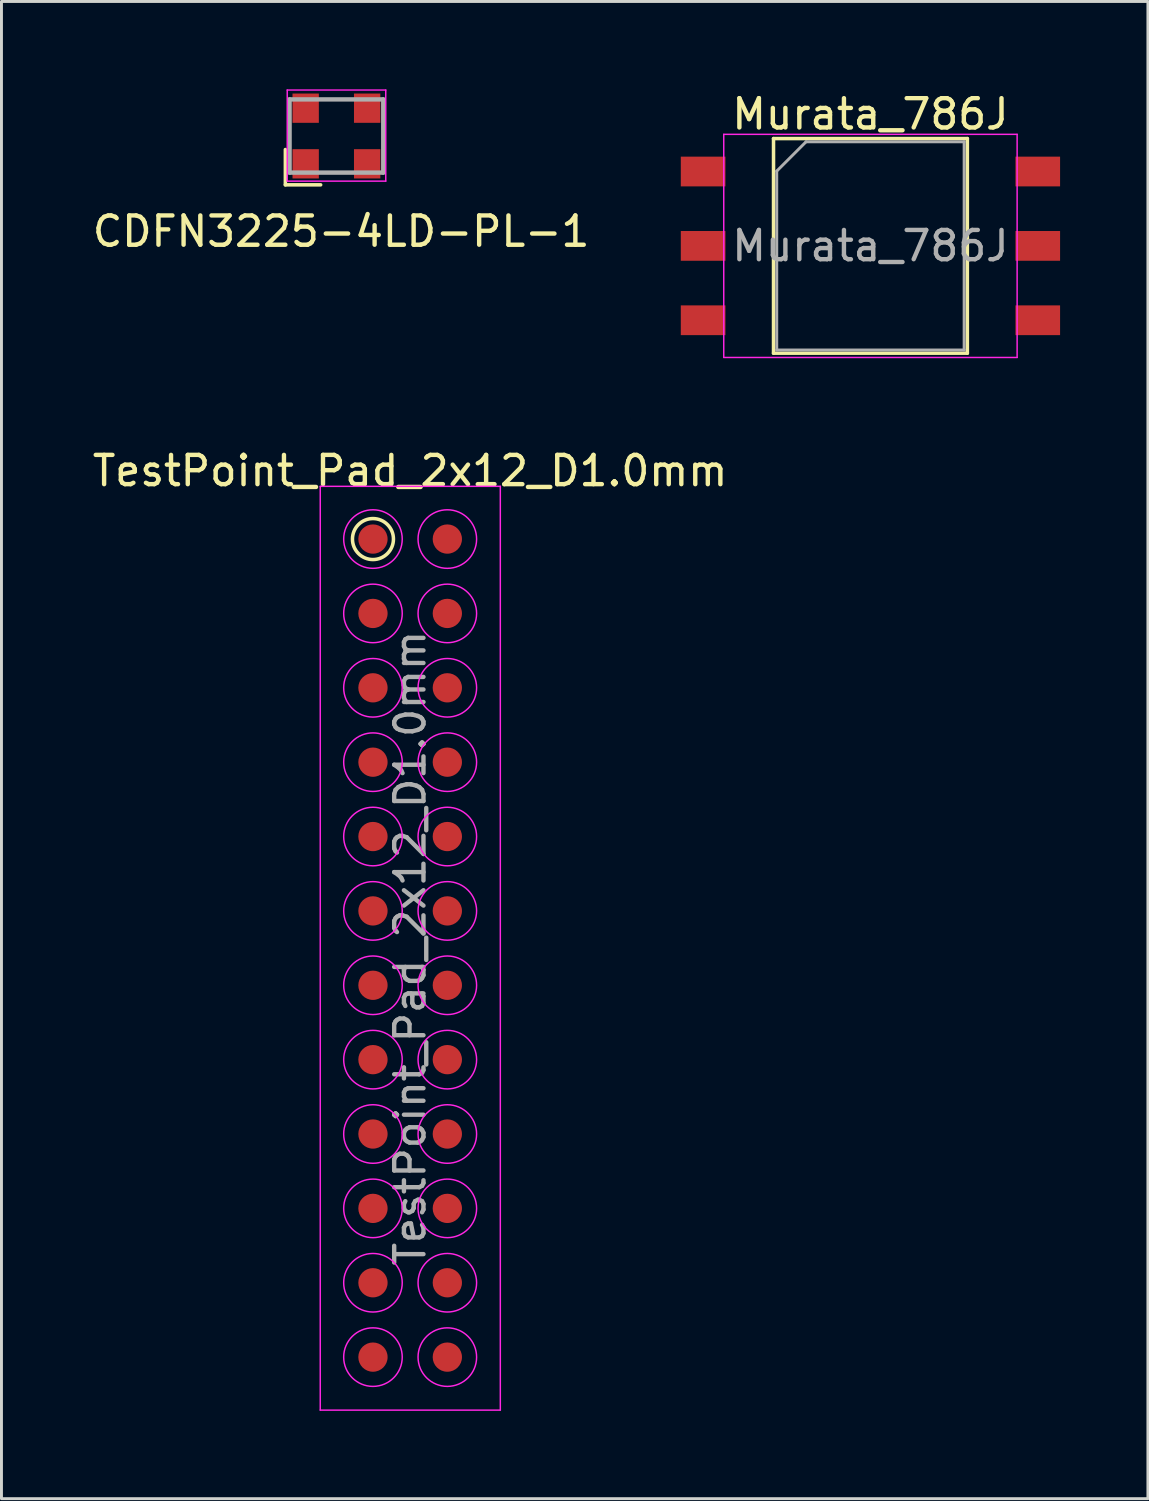
<source format=kicad_pcb>
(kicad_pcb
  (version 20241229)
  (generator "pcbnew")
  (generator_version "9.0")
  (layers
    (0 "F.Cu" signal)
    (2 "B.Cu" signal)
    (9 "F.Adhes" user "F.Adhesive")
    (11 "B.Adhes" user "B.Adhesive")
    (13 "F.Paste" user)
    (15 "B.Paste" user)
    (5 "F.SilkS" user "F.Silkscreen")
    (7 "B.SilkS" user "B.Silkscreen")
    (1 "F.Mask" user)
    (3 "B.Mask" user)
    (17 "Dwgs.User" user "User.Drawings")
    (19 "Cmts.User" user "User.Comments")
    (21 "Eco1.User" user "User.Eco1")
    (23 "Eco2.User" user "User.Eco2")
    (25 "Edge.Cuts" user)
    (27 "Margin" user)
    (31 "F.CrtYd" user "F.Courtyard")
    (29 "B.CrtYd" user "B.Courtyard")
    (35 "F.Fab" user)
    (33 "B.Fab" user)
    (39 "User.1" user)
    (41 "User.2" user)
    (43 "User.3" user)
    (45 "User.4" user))
  (footprint "CDFN3225-4LD-PL-1"
    (layer "F.Cu")
    (at 8.601 1.803)
    (property "Reference" "CDFN3225-4LD-PL-1" (at 0 3.05 0) (layer "F.SilkS") (effects (font (size 1 1) (thickness 0.15))))
    (attr through_hole)
    (fp_line (start -1.905 0.254) (end -1.905 1.46) (stroke (width 0.12) (type solid)) (layer "F.SilkS"))
    (fp_line (start -1.905 1.46) (end -0.699 1.46) (stroke (width 0.12) (type solid)) (layer "F.SilkS"))
    (fp_line (start -1.841 -1.778) (end -1.841 1.333) (stroke (width 0.05) (type solid)) (layer "F.CrtYd"))
    (fp_line (start -1.841 1.333) (end 1.524 1.333) (stroke (width 0.05) (type solid)) (layer "F.CrtYd"))
    (fp_line (start 1.524 -1.778) (end -1.841 -1.778) (stroke (width 0.05) (type solid)) (layer "F.CrtYd"))
    (fp_line (start 1.524 1.333) (end 1.524 -1.778) (stroke (width 0.05) (type solid)) (layer "F.CrtYd"))
    (fp_line (start -1.761 -1.458) (end 1.439 -1.458) (stroke (width 0.15) (type solid)) (layer "F.Fab"))
    (fp_line (start -1.761 1.042) (end -1.761 -1.458) (stroke (width 0.15) (type solid)) (layer "F.Fab"))
    (fp_line (start 1.439 -1.458) (end 1.439 1.042) (stroke (width 0.15) (type solid)) (layer "F.Fab"))
    (fp_line (start 1.439 1.042) (end -1.761 1.042) (stroke (width 0.15) (type solid)) (layer "F.Fab"))
    (pad "1" smd rect (at -1.211 0.742 90) (size 1 0.9) (layers "F.Cu" "F.Mask" "F.Paste"))
    (pad "2" smd rect (at 0.889 0.742 90) (size 1 0.9) (layers "F.Cu" "F.Mask" "F.Paste"))
    (pad "3" smd rect (at 0.889 -1.158 90) (size 1 0.9) (layers "F.Cu" "F.Mask" "F.Paste"))
    (pad "4" smd rect (at -1.211 -1.158 90) (size 1 0.9) (layers "F.Cu" "F.Mask" "F.Paste")))
  (footprint "TestPoint_Pad_2x12_D1.0mm"
    (layer "F.Cu")
    (at 9.688 15.361)
    (property "Reference" "TestPoint_Pad_2x12_D1.0mm" (at 1.27 -2.33 0) (layer "F.SilkS") (effects (font (size 1 1) (thickness 0.15))))
    (attr through_hole)
    (fp_circle (center 0 0) (end 0 0.7) (stroke (width 0.12) (type solid)) (fill no) (layer "F.SilkS"))
    (fp_line (start -1.8 -1.8) (end -1.8 29.75) (stroke (width 0.05) (type solid)) (layer "F.CrtYd"))
    (fp_line (start -1.8 29.75) (end 4.35 29.75) (stroke (width 0.05) (type solid)) (layer "F.CrtYd"))
    (fp_line (start 4.35 -1.8) (end -1.8 -1.8) (stroke (width 0.05) (type solid)) (layer "F.CrtYd"))
    (fp_line (start 4.35 29.75) (end 4.35 -1.8) (stroke (width 0.05) (type solid)) (layer "F.CrtYd"))
    (fp_circle (center 0 0) (end 1 0) (stroke (width 0.05) (type solid)) (fill no) (layer "F.CrtYd"))
    (fp_circle (center 0 2.54) (end 1 2.54) (stroke (width 0.05) (type solid)) (fill no) (layer "F.CrtYd"))
    (fp_circle (center 0 5.08) (end 1 5.08) (stroke (width 0.05) (type solid)) (fill no) (layer "F.CrtYd"))
    (fp_circle (center 0 7.62) (end 1 7.62) (stroke (width 0.05) (type solid)) (fill no) (layer "F.CrtYd"))
    (fp_circle (center 0 10.16) (end 1 10.16) (stroke (width 0.05) (type solid)) (fill no) (layer "F.CrtYd"))
    (fp_circle (center 0 12.7) (end 1 12.7) (stroke (width 0.05) (type solid)) (fill no) (layer "F.CrtYd"))
    (fp_circle (center 0 15.24) (end 1 15.24) (stroke (width 0.05) (type solid)) (fill no) (layer "F.CrtYd"))
    (fp_circle (center 0 17.78) (end 1 17.78) (stroke (width 0.05) (type solid)) (fill no) (layer "F.CrtYd"))
    (fp_circle (center 0 20.32) (end 1 20.32) (stroke (width 0.05) (type solid)) (fill no) (layer "F.CrtYd"))
    (fp_circle (center 0 22.86) (end 1 22.86) (stroke (width 0.05) (type solid)) (fill no) (layer "F.CrtYd"))
    (fp_circle (center 0 25.4) (end 1 25.4) (stroke (width 0.05) (type solid)) (fill no) (layer "F.CrtYd"))
    (fp_circle (center 0 27.94) (end 1 27.94) (stroke (width 0.05) (type solid)) (fill no) (layer "F.CrtYd"))
    (fp_circle (center 2.54 0) (end 3.54 0) (stroke (width 0.05) (type solid)) (fill no) (layer "F.CrtYd"))
    (fp_circle (center 2.54 2.54) (end 3.54 2.54) (stroke (width 0.05) (type solid)) (fill no) (layer "F.CrtYd"))
    (fp_circle (center 2.54 5.08) (end 3.54 5.08) (stroke (width 0.05) (type solid)) (fill no) (layer "F.CrtYd"))
    (fp_circle (center 2.54 7.62) (end 3.54 7.62) (stroke (width 0.05) (type solid)) (fill no) (layer "F.CrtYd"))
    (fp_circle (center 2.54 10.16) (end 3.54 10.16) (stroke (width 0.05) (type solid)) (fill no) (layer "F.CrtYd"))
    (fp_circle (center 2.54 12.7) (end 3.54 12.7) (stroke (width 0.05) (type solid)) (fill no) (layer "F.CrtYd"))
    (fp_circle (center 2.54 15.24) (end 3.54 15.24) (stroke (width 0.05) (type solid)) (fill no) (layer "F.CrtYd"))
    (fp_circle (center 2.54 17.78) (end 3.54 17.78) (stroke (width 0.05) (type solid)) (fill no) (layer "F.CrtYd"))
    (fp_circle (center 2.54 20.32) (end 3.54 20.32) (stroke (width 0.05) (type solid)) (fill no) (layer "F.CrtYd"))
    (fp_circle (center 2.54 22.86) (end 3.54 22.86) (stroke (width 0.05) (type solid)) (fill no) (layer "F.CrtYd"))
    (fp_circle (center 2.54 25.4) (end 3.54 25.4) (stroke (width 0.05) (type solid)) (fill no) (layer "F.CrtYd"))
    (fp_circle (center 2.54 27.94) (end 3.54 27.94) (stroke (width 0.05) (type solid)) (fill no) (layer "F.CrtYd"))
    (fp_text user "${REFERENCE}" (at 1.27 13.97 90) (layer "F.Fab") (effects (font (size 1 1) (thickness 0.15))))
    (pad "1" smd circle (at 0 0) (size 1 1) (layers "F.Cu" "F.Mask"))
    (pad "2" smd circle (at 2.54 0) (size 1 1) (layers "F.Cu" "F.Mask"))
    (pad "3" smd circle (at 0 2.54) (size 1 1) (layers "F.Cu" "F.Mask"))
    (pad "4" smd circle (at 2.54 2.54) (size 1 1) (layers "F.Cu" "F.Mask"))
    (pad "5" smd circle (at 0 5.08) (size 1 1) (layers "F.Cu" "F.Mask"))
    (pad "6" smd circle (at 2.54 5.08) (size 1 1) (layers "F.Cu" "F.Mask"))
    (pad "7" smd circle (at 0 7.62) (size 1 1) (layers "F.Cu" "F.Mask"))
    (pad "8" smd circle (at 2.54 7.62) (size 1 1) (layers "F.Cu" "F.Mask"))
    (pad "9" smd circle (at 0 10.16) (size 1 1) (layers "F.Cu" "F.Mask"))
    (pad "10" smd circle (at 2.54 10.16) (size 1 1) (layers "F.Cu" "F.Mask"))
    (pad "11" smd circle (at 0 12.7) (size 1 1) (layers "F.Cu" "F.Mask"))
    (pad "12" smd circle (at 2.54 12.7) (size 1 1) (layers "F.Cu" "F.Mask"))
    (pad "13" smd circle (at 0 15.24) (size 1 1) (layers "F.Cu" "F.Mask"))
    (pad "14" smd circle (at 2.54 15.24) (size 1 1) (layers "F.Cu" "F.Mask"))
    (pad "15" smd circle (at 0 17.78) (size 1 1) (layers "F.Cu" "F.Mask"))
    (pad "16" smd circle (at 2.54 17.78) (size 1 1) (layers "F.Cu" "F.Mask"))
    (pad "17" smd circle (at 0 20.32) (size 1 1) (layers "F.Cu" "F.Mask"))
    (pad "18" smd circle (at 2.54 20.32) (size 1 1) (layers "F.Cu" "F.Mask"))
    (pad "19" smd circle (at 0 22.86) (size 1 1) (layers "F.Cu" "F.Mask"))
    (pad "20" smd circle (at 2.54 22.86) (size 1 1) (layers "F.Cu" "F.Mask"))
    (pad "21" smd circle (at 0 25.4) (size 1 1) (layers "F.Cu" "F.Mask"))
    (pad "22" smd circle (at 2.54 25.4) (size 1 1) (layers "F.Cu" "F.Mask"))
    (pad "23" smd circle (at 0 27.94) (size 1 1) (layers "F.Cu" "F.Mask"))
    (pad "24" smd circle (at 2.54 27.94) (size 1 1) (layers "F.Cu" "F.Mask")))
  (footprint "Murata_786J"
    (layer "F.Cu")
    (at 26.679 5.348)
    (property "Reference" "Murata_786J" (at 0 -4.5 0) (layer "F.SilkS") (effects (font (size 1 1) (thickness 0.15))))
    (attr smd)
    (fp_line (start -3.31 -3.665) (end -3.31 3.665) (stroke (width 0.12) (type solid)) (layer "F.SilkS"))
    (fp_line (start -3.31 -3.665) (end 3.31 -3.665) (stroke (width 0.12) (type solid)) (layer "F.SilkS"))
    (fp_line (start -3.31 3.665) (end 3.31 3.665) (stroke (width 0.12) (type solid)) (layer "F.SilkS"))
    (fp_line (start 3.31 3.665) (end 3.31 -3.665) (stroke (width 0.12) (type solid)) (layer "F.SilkS"))
    (fp_line (start -5.01 -3.81) (end 5.01 -3.81) (stroke (width 0.05) (type solid)) (layer "F.CrtYd"))
    (fp_line (start -5.01 3.81) (end -5.01 -3.81) (stroke (width 0.05) (type solid)) (layer "F.CrtYd"))
    (fp_line (start 5.01 -3.81) (end 5.01 3.81) (stroke (width 0.05) (type solid)) (layer "F.CrtYd"))
    (fp_line (start 5.01 3.81) (end -5.01 3.81) (stroke (width 0.05) (type solid)) (layer "F.CrtYd"))
    (fp_line (start -3.2 3.555) (end -3.2 -2.555) (stroke (width 0.1) (type solid)) (layer "F.Fab"))
    (fp_line (start -2.2 -3.555) (end -3.2 -2.555) (stroke (width 0.1) (type solid)) (layer "F.Fab"))
    (fp_line (start -2.2 -3.555) (end 3.2 -3.555) (stroke (width 0.1) (type solid)) (layer "F.Fab"))
    (fp_line (start 3.2 -3.555) (end 3.2 3.555) (stroke (width 0.1) (type solid)) (layer "F.Fab"))
    (fp_line (start 3.2 3.555) (end -3.2 3.555) (stroke (width 0.1) (type solid)) (layer "F.Fab"))
    (fp_text user "${REFERENCE}" (at 0 0 0) (layer "F.Fab") (effects (font (size 1 1) (thickness 0.15))))
    (pad "1" smd rect (at -5.715 -2.54) (size 1.524 1.016) (layers "F.Cu" "F.Mask" "F.Paste"))
    (pad "2" smd rect (at -5.715 0) (size 1.524 1.016) (layers "F.Cu" "F.Mask" "F.Paste"))
    (pad "3" smd rect (at -5.715 2.54) (size 1.524 1.016) (layers "F.Cu" "F.Mask" "F.Paste"))
    (pad "4" smd rect (at 5.715 2.54) (size 1.524 1.016) (layers "F.Cu" "F.Mask" "F.Paste"))
    (pad "5" smd rect (at 5.715 0) (size 1.524 1.016) (layers "F.Cu" "F.Mask" "F.Paste"))
    (pad "6" smd rect (at 5.715 -2.54) (size 1.524 1.016) (layers "F.Cu" "F.Mask" "F.Paste")))
  (gr_rect
    (start -3 -3)
    (end 36.156 48.136)
    (stroke (width 0.1) (type default))
    (fill no)
    (layer "Edge.Cuts")))
</source>
